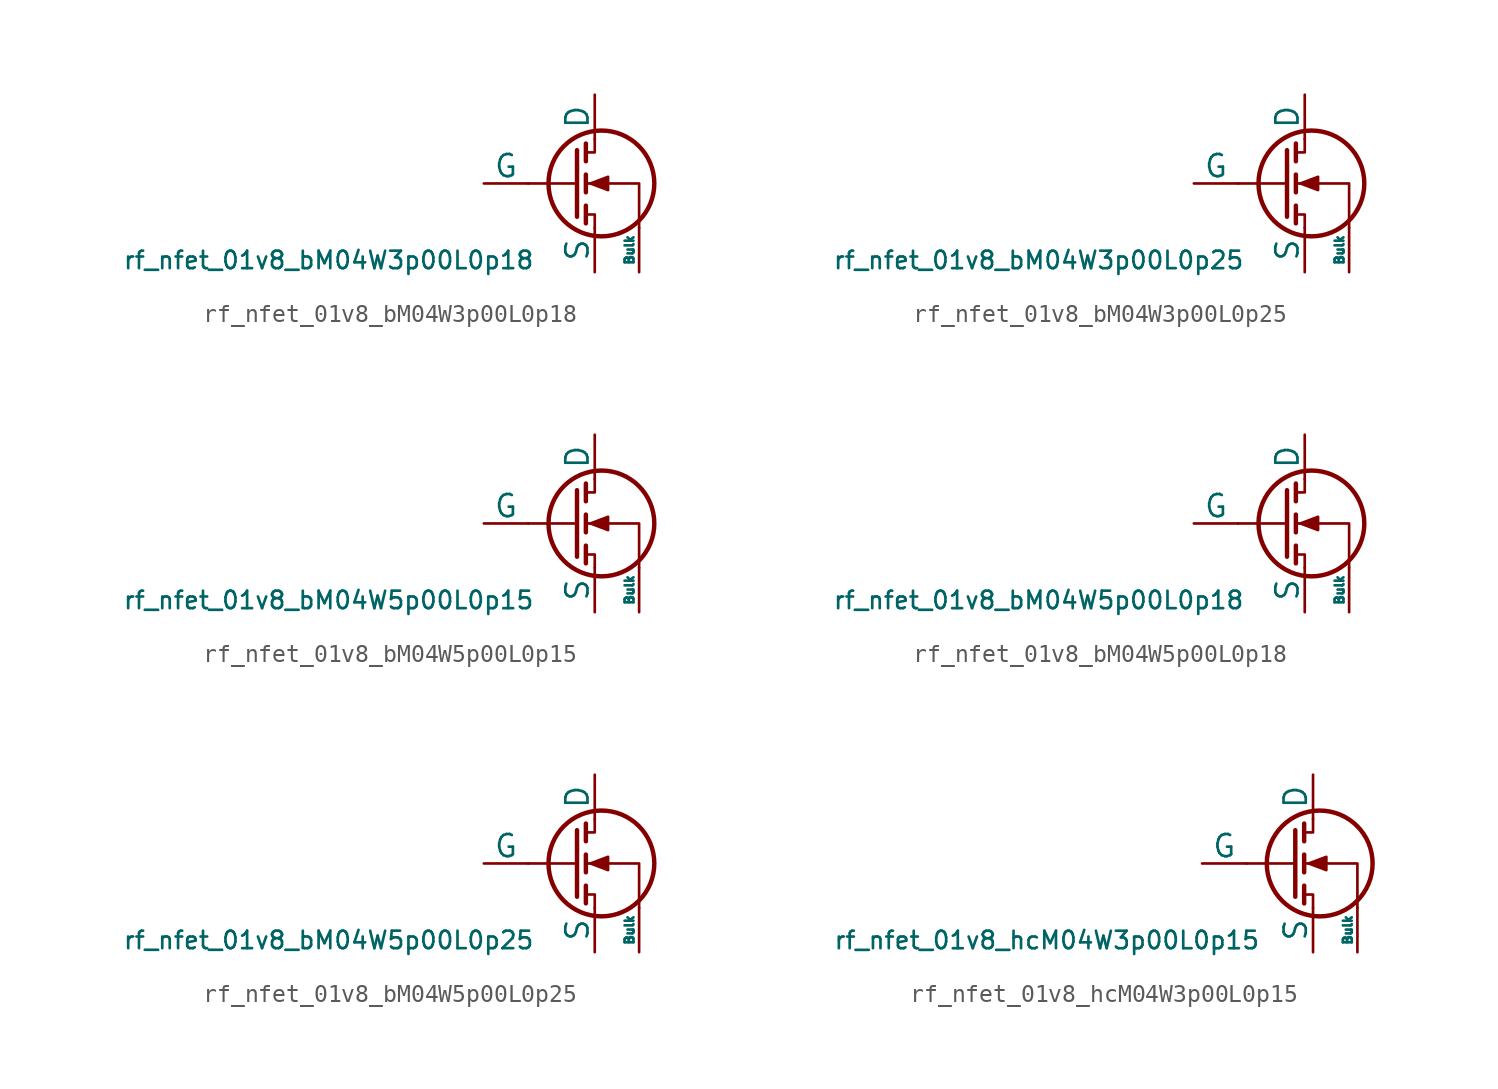
<source format=kicad_sym>
(kicad_symbol_lib
  (version 20211014)
  (generator pdk2kicad)
  (symbol "rf_nfet_01v8_bM04W3p00L0p18"
    (pin_numbers hide)
    (pin_names
      (offset 0))
    (property "Reference" "Q"
      (at 0 0 0)
      (effects (font (size 1 1)) hide))
    (property "Value" "rf_nfet_01v8_bM04W3p00L0p18"
      (at -12.7 -3.81 0)
      (effects (font (size 1 1)) (justify top)))
    (polyline
      (pts (xy 1.524 0) (xy -1.27 0))
      (stroke (width 0) (type default))
      (fill (type none)))
    (polyline
      (pts (xy 1.524 1.905) (xy 1.524 -1.905))
      (stroke (width 0.254) (type default))
      (fill (type none)))
    (polyline
      (pts (xy 2.032 -1.27) (xy 2.032 -2.286))
      (stroke (width 0.254) (type default))
      (fill (type none)))
    (polyline
      (pts (xy 2.032 0.508) (xy 2.032 -0.508))
      (stroke (width 0.254) (type default))
      (fill (type none)))
    (polyline
      (pts (xy 2.032 2.286) (xy 2.032 1.27))
      (stroke (width 0.254) (type default))
      (fill (type none)))
    (polyline
      (pts (xy 2.032 1.778) (xy 2.54 1.778) (xy 2.54 2.54))
      (stroke (width 0) (type default))
      (fill (type none)))
    (polyline
      (pts (xy 2.54 -2.54) (xy 2.54 -1.778) (xy 2.032 -1.778))
      (stroke (width 0) (type default))
      (fill (type none)))
    (polyline
      (pts (xy 5.08 -2.54) (xy 5.08 0) (xy 2.032 0))
      (stroke (width 0) (type default))
      (fill (type none)))
    (polyline
      (pts (xy 2.286 0) (xy 3.302 0.381) (xy 3.302 -0.381) (xy 2.286 0))
      (stroke (width 0) (type default))
      (fill (type outline)))
    (circle
      (center 2.921 0)
      (radius 3.029)
      (stroke (width 0.254) (type default))
      (fill (type none)))
    (pin passive line
      (at 2.54 5.08 270)
      (length 2.54)
      (name "D" (effects (font (size 1.27 1.27))))
      (number "1" (effects (font (size 1.27 1.27)))))
    (pin input line
      (at -3.81 0 0)
      (length 2.54)
      (name "G" (effects (font (size 1.27 1.27))))
      (number "2" (effects (font (size 1.27 1.27)))))
    (pin passive line
      (at 2.54 -5.08 90)
      (length 2.54)
      (name "S" (effects (font (size 1.27 1.27))))
      (number "3" (effects (font (size 1.27 1.27)))))
    (pin input line
      (at 5.08 -5.08 90)
      (length 2.54)
      (name "Bulk" (effects (font (size 0.508 0.508))))
      (number "4" (effects (font (size 1.27 1.27))))))
  (symbol "rf_nfet_01v8_bM04W3p00L0p25"
    (pin_numbers hide)
    (pin_names
      (offset 0))
    (property "Reference" "Q"
      (at 0 0 0)
      (effects (font (size 1 1)) hide))
    (property "Value" "rf_nfet_01v8_bM04W3p00L0p25"
      (at -12.7 -3.81 0)
      (effects (font (size 1 1)) (justify top)))
    (polyline
      (pts (xy 1.524 0) (xy -1.27 0))
      (stroke (width 0) (type default))
      (fill (type none)))
    (polyline
      (pts (xy 1.524 1.905) (xy 1.524 -1.905))
      (stroke (width 0.254) (type default))
      (fill (type none)))
    (polyline
      (pts (xy 2.032 -1.27) (xy 2.032 -2.286))
      (stroke (width 0.254) (type default))
      (fill (type none)))
    (polyline
      (pts (xy 2.032 0.508) (xy 2.032 -0.508))
      (stroke (width 0.254) (type default))
      (fill (type none)))
    (polyline
      (pts (xy 2.032 2.286) (xy 2.032 1.27))
      (stroke (width 0.254) (type default))
      (fill (type none)))
    (polyline
      (pts (xy 2.032 1.778) (xy 2.54 1.778) (xy 2.54 2.54))
      (stroke (width 0) (type default))
      (fill (type none)))
    (polyline
      (pts (xy 2.54 -2.54) (xy 2.54 -1.778) (xy 2.032 -1.778))
      (stroke (width 0) (type default))
      (fill (type none)))
    (polyline
      (pts (xy 5.08 -2.54) (xy 5.08 0) (xy 2.032 0))
      (stroke (width 0) (type default))
      (fill (type none)))
    (polyline
      (pts (xy 2.286 0) (xy 3.302 0.381) (xy 3.302 -0.381) (xy 2.286 0))
      (stroke (width 0) (type default))
      (fill (type outline)))
    (circle
      (center 2.921 0)
      (radius 3.029)
      (stroke (width 0.254) (type default))
      (fill (type none)))
    (pin passive line
      (at 2.54 5.08 270)
      (length 2.54)
      (name "D" (effects (font (size 1.27 1.27))))
      (number "1" (effects (font (size 1.27 1.27)))))
    (pin input line
      (at -3.81 0 0)
      (length 2.54)
      (name "G" (effects (font (size 1.27 1.27))))
      (number "2" (effects (font (size 1.27 1.27)))))
    (pin passive line
      (at 2.54 -5.08 90)
      (length 2.54)
      (name "S" (effects (font (size 1.27 1.27))))
      (number "3" (effects (font (size 1.27 1.27)))))
    (pin input line
      (at 5.08 -5.08 90)
      (length 2.54)
      (name "Bulk" (effects (font (size 0.508 0.508))))
      (number "4" (effects (font (size 1.27 1.27))))))
  (symbol "rf_nfet_01v8_bM04W5p00L0p15"
    (pin_numbers hide)
    (pin_names
      (offset 0))
    (property "Reference" "Q"
      (at 0 0 0)
      (effects (font (size 1 1)) hide))
    (property "Value" "rf_nfet_01v8_bM04W5p00L0p15"
      (at -12.7 -3.81 0)
      (effects (font (size 1 1)) (justify top)))
    (polyline
      (pts (xy 1.524 0) (xy -1.27 0))
      (stroke (width 0) (type default))
      (fill (type none)))
    (polyline
      (pts (xy 1.524 1.905) (xy 1.524 -1.905))
      (stroke (width 0.254) (type default))
      (fill (type none)))
    (polyline
      (pts (xy 2.032 -1.27) (xy 2.032 -2.286))
      (stroke (width 0.254) (type default))
      (fill (type none)))
    (polyline
      (pts (xy 2.032 0.508) (xy 2.032 -0.508))
      (stroke (width 0.254) (type default))
      (fill (type none)))
    (polyline
      (pts (xy 2.032 2.286) (xy 2.032 1.27))
      (stroke (width 0.254) (type default))
      (fill (type none)))
    (polyline
      (pts (xy 2.032 1.778) (xy 2.54 1.778) (xy 2.54 2.54))
      (stroke (width 0) (type default))
      (fill (type none)))
    (polyline
      (pts (xy 2.54 -2.54) (xy 2.54 -1.778) (xy 2.032 -1.778))
      (stroke (width 0) (type default))
      (fill (type none)))
    (polyline
      (pts (xy 5.08 -2.54) (xy 5.08 0) (xy 2.032 0))
      (stroke (width 0) (type default))
      (fill (type none)))
    (polyline
      (pts (xy 2.286 0) (xy 3.302 0.381) (xy 3.302 -0.381) (xy 2.286 0))
      (stroke (width 0) (type default))
      (fill (type outline)))
    (circle
      (center 2.921 0)
      (radius 3.029)
      (stroke (width 0.254) (type default))
      (fill (type none)))
    (pin passive line
      (at 2.54 5.08 270)
      (length 2.54)
      (name "D" (effects (font (size 1.27 1.27))))
      (number "1" (effects (font (size 1.27 1.27)))))
    (pin input line
      (at -3.81 0 0)
      (length 2.54)
      (name "G" (effects (font (size 1.27 1.27))))
      (number "2" (effects (font (size 1.27 1.27)))))
    (pin passive line
      (at 2.54 -5.08 90)
      (length 2.54)
      (name "S" (effects (font (size 1.27 1.27))))
      (number "3" (effects (font (size 1.27 1.27)))))
    (pin input line
      (at 5.08 -5.08 90)
      (length 2.54)
      (name "Bulk" (effects (font (size 0.508 0.508))))
      (number "4" (effects (font (size 1.27 1.27))))))
  (symbol "rf_nfet_01v8_bM04W5p00L0p18"
    (pin_numbers hide)
    (pin_names
      (offset 0))
    (property "Reference" "Q"
      (at 0 0 0)
      (effects (font (size 1 1)) hide))
    (property "Value" "rf_nfet_01v8_bM04W5p00L0p18"
      (at -12.7 -3.81 0)
      (effects (font (size 1 1)) (justify top)))
    (polyline
      (pts (xy 1.524 0) (xy -1.27 0))
      (stroke (width 0) (type default))
      (fill (type none)))
    (polyline
      (pts (xy 1.524 1.905) (xy 1.524 -1.905))
      (stroke (width 0.254) (type default))
      (fill (type none)))
    (polyline
      (pts (xy 2.032 -1.27) (xy 2.032 -2.286))
      (stroke (width 0.254) (type default))
      (fill (type none)))
    (polyline
      (pts (xy 2.032 0.508) (xy 2.032 -0.508))
      (stroke (width 0.254) (type default))
      (fill (type none)))
    (polyline
      (pts (xy 2.032 2.286) (xy 2.032 1.27))
      (stroke (width 0.254) (type default))
      (fill (type none)))
    (polyline
      (pts (xy 2.032 1.778) (xy 2.54 1.778) (xy 2.54 2.54))
      (stroke (width 0) (type default))
      (fill (type none)))
    (polyline
      (pts (xy 2.54 -2.54) (xy 2.54 -1.778) (xy 2.032 -1.778))
      (stroke (width 0) (type default))
      (fill (type none)))
    (polyline
      (pts (xy 5.08 -2.54) (xy 5.08 0) (xy 2.032 0))
      (stroke (width 0) (type default))
      (fill (type none)))
    (polyline
      (pts (xy 2.286 0) (xy 3.302 0.381) (xy 3.302 -0.381) (xy 2.286 0))
      (stroke (width 0) (type default))
      (fill (type outline)))
    (circle
      (center 2.921 0)
      (radius 3.029)
      (stroke (width 0.254) (type default))
      (fill (type none)))
    (pin passive line
      (at 2.54 5.08 270)
      (length 2.54)
      (name "D" (effects (font (size 1.27 1.27))))
      (number "1" (effects (font (size 1.27 1.27)))))
    (pin input line
      (at -3.81 0 0)
      (length 2.54)
      (name "G" (effects (font (size 1.27 1.27))))
      (number "2" (effects (font (size 1.27 1.27)))))
    (pin passive line
      (at 2.54 -5.08 90)
      (length 2.54)
      (name "S" (effects (font (size 1.27 1.27))))
      (number "3" (effects (font (size 1.27 1.27)))))
    (pin input line
      (at 5.08 -5.08 90)
      (length 2.54)
      (name "Bulk" (effects (font (size 0.508 0.508))))
      (number "4" (effects (font (size 1.27 1.27))))))
  (symbol "rf_nfet_01v8_bM04W5p00L0p25"
    (pin_numbers hide)
    (pin_names
      (offset 0))
    (property "Reference" "Q"
      (at 0 0 0)
      (effects (font (size 1 1)) hide))
    (property "Value" "rf_nfet_01v8_bM04W5p00L0p25"
      (at -12.7 -3.81 0)
      (effects (font (size 1 1)) (justify top)))
    (polyline
      (pts (xy 1.524 0) (xy -1.27 0))
      (stroke (width 0) (type default))
      (fill (type none)))
    (polyline
      (pts (xy 1.524 1.905) (xy 1.524 -1.905))
      (stroke (width 0.254) (type default))
      (fill (type none)))
    (polyline
      (pts (xy 2.032 -1.27) (xy 2.032 -2.286))
      (stroke (width 0.254) (type default))
      (fill (type none)))
    (polyline
      (pts (xy 2.032 0.508) (xy 2.032 -0.508))
      (stroke (width 0.254) (type default))
      (fill (type none)))
    (polyline
      (pts (xy 2.032 2.286) (xy 2.032 1.27))
      (stroke (width 0.254) (type default))
      (fill (type none)))
    (polyline
      (pts (xy 2.032 1.778) (xy 2.54 1.778) (xy 2.54 2.54))
      (stroke (width 0) (type default))
      (fill (type none)))
    (polyline
      (pts (xy 2.54 -2.54) (xy 2.54 -1.778) (xy 2.032 -1.778))
      (stroke (width 0) (type default))
      (fill (type none)))
    (polyline
      (pts (xy 5.08 -2.54) (xy 5.08 0) (xy 2.032 0))
      (stroke (width 0) (type default))
      (fill (type none)))
    (polyline
      (pts (xy 2.286 0) (xy 3.302 0.381) (xy 3.302 -0.381) (xy 2.286 0))
      (stroke (width 0) (type default))
      (fill (type outline)))
    (circle
      (center 2.921 0)
      (radius 3.029)
      (stroke (width 0.254) (type default))
      (fill (type none)))
    (pin passive line
      (at 2.54 5.08 270)
      (length 2.54)
      (name "D" (effects (font (size 1.27 1.27))))
      (number "1" (effects (font (size 1.27 1.27)))))
    (pin input line
      (at -3.81 0 0)
      (length 2.54)
      (name "G" (effects (font (size 1.27 1.27))))
      (number "2" (effects (font (size 1.27 1.27)))))
    (pin passive line
      (at 2.54 -5.08 90)
      (length 2.54)
      (name "S" (effects (font (size 1.27 1.27))))
      (number "3" (effects (font (size 1.27 1.27)))))
    (pin input line
      (at 5.08 -5.08 90)
      (length 2.54)
      (name "Bulk" (effects (font (size 0.508 0.508))))
      (number "4" (effects (font (size 1.27 1.27))))))
  (symbol "rf_nfet_01v8_hcM04W3p00L0p15"
    (pin_numbers hide)
    (pin_names
      (offset 0))
    (property "Reference" "Q"
      (at 0 0 0)
      (effects (font (size 1 1)) hide))
    (property "Value" "rf_nfet_01v8_hcM04W3p00L0p15"
      (at -12.7 -3.81 0)
      (effects (font (size 1 1)) (justify top)))
    (polyline
      (pts (xy 1.524 0) (xy -1.27 0))
      (stroke (width 0) (type default))
      (fill (type none)))
    (polyline
      (pts (xy 1.524 1.905) (xy 1.524 -1.905))
      (stroke (width 0.254) (type default))
      (fill (type none)))
    (polyline
      (pts (xy 2.032 -1.27) (xy 2.032 -2.286))
      (stroke (width 0.254) (type default))
      (fill (type none)))
    (polyline
      (pts (xy 2.032 0.508) (xy 2.032 -0.508))
      (stroke (width 0.254) (type default))
      (fill (type none)))
    (polyline
      (pts (xy 2.032 2.286) (xy 2.032 1.27))
      (stroke (width 0.254) (type default))
      (fill (type none)))
    (polyline
      (pts (xy 2.032 1.778) (xy 2.54 1.778) (xy 2.54 2.54))
      (stroke (width 0) (type default))
      (fill (type none)))
    (polyline
      (pts (xy 2.54 -2.54) (xy 2.54 -1.778) (xy 2.032 -1.778))
      (stroke (width 0) (type default))
      (fill (type none)))
    (polyline
      (pts (xy 5.08 -2.54) (xy 5.08 0) (xy 2.032 0))
      (stroke (width 0) (type default))
      (fill (type none)))
    (polyline
      (pts (xy 2.286 0) (xy 3.302 0.381) (xy 3.302 -0.381) (xy 2.286 0))
      (stroke (width 0) (type default))
      (fill (type outline)))
    (circle
      (center 2.921 0)
      (radius 3.029)
      (stroke (width 0.254) (type default))
      (fill (type none)))
    (pin passive line
      (at 2.54 5.08 270)
      (length 2.54)
      (name "D" (effects (font (size 1.27 1.27))))
      (number "1" (effects (font (size 1.27 1.27)))))
    (pin input line
      (at -3.81 0 0)
      (length 2.54)
      (name "G" (effects (font (size 1.27 1.27))))
      (number "2" (effects (font (size 1.27 1.27)))))
    (pin passive line
      (at 2.54 -5.08 90)
      (length 2.54)
      (name "S" (effects (font (size 1.27 1.27))))
      (number "3" (effects (font (size 1.27 1.27)))))
    (pin input line
      (at 5.08 -5.08 90)
      (length 2.54)
      (name "Bulk" (effects (font (size 0.508 0.508))))
      (number "4" (effects (font (size 1.27 1.27)))))))
</source>
